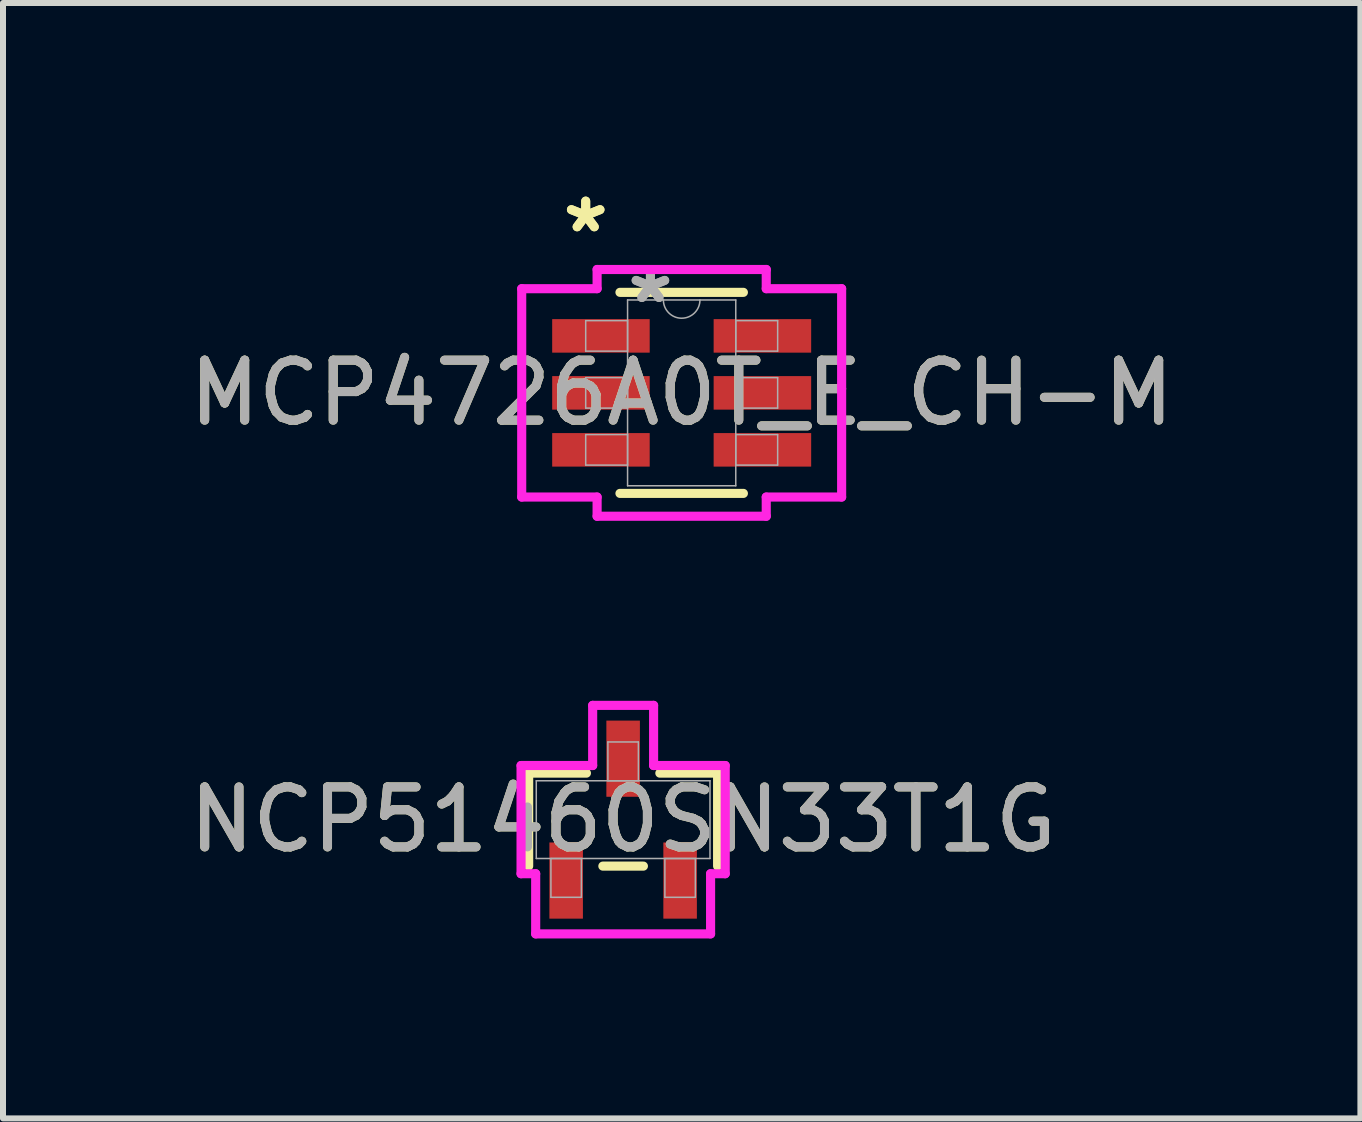
<source format=kicad_pcb>
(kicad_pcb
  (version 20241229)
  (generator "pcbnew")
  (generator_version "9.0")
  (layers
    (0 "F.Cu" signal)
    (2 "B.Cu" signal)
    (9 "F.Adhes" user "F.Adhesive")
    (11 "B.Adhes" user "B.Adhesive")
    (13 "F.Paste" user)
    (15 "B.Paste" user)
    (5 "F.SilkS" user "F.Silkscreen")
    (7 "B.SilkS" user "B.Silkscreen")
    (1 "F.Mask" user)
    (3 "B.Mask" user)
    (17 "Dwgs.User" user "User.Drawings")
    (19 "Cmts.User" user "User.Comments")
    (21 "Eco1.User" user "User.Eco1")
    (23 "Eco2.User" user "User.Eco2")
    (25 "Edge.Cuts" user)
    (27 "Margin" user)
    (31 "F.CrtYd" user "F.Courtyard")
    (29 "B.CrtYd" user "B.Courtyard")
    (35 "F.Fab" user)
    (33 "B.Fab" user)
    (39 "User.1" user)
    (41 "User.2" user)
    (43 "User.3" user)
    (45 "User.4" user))
  (footprint "MCP4726A0T_E_CH-M"
    (layer "F.Cu")
    (at 8.315 3.5)
    (property "Reference" "MCP4726A0T_E_CH-M" (at 0 0 0) (unlocked yes) (layer "F.SilkS") (effects (font (size 1 1) (thickness 0.15))))
    (attr smd)
    (fp_line (start -1.029 1.676) (end 1.029 1.676) (stroke (width 0.152) (type solid)) (layer "F.SilkS"))
    (fp_line (start 1.029 -1.676) (end -1.029 -1.676) (stroke (width 0.152) (type solid)) (layer "F.SilkS"))
    (fp_line (start -2.667 -1.737) (end -1.41 -1.737) (stroke (width 0.152) (type solid)) (layer "F.CrtYd"))
    (fp_line (start -2.667 1.737) (end -2.667 -1.737) (stroke (width 0.152) (type solid)) (layer "F.CrtYd"))
    (fp_line (start -2.667 1.737) (end -1.41 1.737) (stroke (width 0.152) (type solid)) (layer "F.CrtYd"))
    (fp_line (start -1.41 -2.057) (end 1.41 -2.057) (stroke (width 0.152) (type solid)) (layer "F.CrtYd"))
    (fp_line (start -1.41 -1.737) (end -1.41 -2.057) (stroke (width 0.152) (type solid)) (layer "F.CrtYd"))
    (fp_line (start -1.41 2.057) (end -1.41 1.737) (stroke (width 0.152) (type solid)) (layer "F.CrtYd"))
    (fp_line (start 1.41 -2.057) (end 1.41 -1.737) (stroke (width 0.152) (type solid)) (layer "F.CrtYd"))
    (fp_line (start 1.41 1.737) (end 1.41 2.057) (stroke (width 0.152) (type solid)) (layer "F.CrtYd"))
    (fp_line (start 1.41 2.057) (end -1.41 2.057) (stroke (width 0.152) (type solid)) (layer "F.CrtYd"))
    (fp_line (start 2.667 -1.737) (end 1.41 -1.737) (stroke (width 0.152) (type solid)) (layer "F.CrtYd"))
    (fp_line (start 2.667 -1.737) (end 2.667 1.737) (stroke (width 0.152) (type solid)) (layer "F.CrtYd"))
    (fp_line (start 2.667 1.737) (end 1.41 1.737) (stroke (width 0.152) (type solid)) (layer "F.CrtYd"))
    (fp_line (start -1.6 -1.204) (end -1.6 -0.696) (stroke (width 0.025) (type solid)) (layer "F.Fab"))
    (fp_line (start -1.6 -0.696) (end -0.902 -0.696) (stroke (width 0.025) (type solid)) (layer "F.Fab"))
    (fp_line (start -1.6 -0.254) (end -1.6 0.254) (stroke (width 0.025) (type solid)) (layer "F.Fab"))
    (fp_line (start -1.6 0.254) (end -0.902 0.254) (stroke (width 0.025) (type solid)) (layer "F.Fab"))
    (fp_line (start -1.6 0.696) (end -1.6 1.204) (stroke (width 0.025) (type solid)) (layer "F.Fab"))
    (fp_line (start -1.6 1.204) (end -0.902 1.204) (stroke (width 0.025) (type solid)) (layer "F.Fab"))
    (fp_line (start -0.902 -1.549) (end -0.902 1.549) (stroke (width 0.025) (type solid)) (layer "F.Fab"))
    (fp_line (start -0.902 -1.204) (end -1.6 -1.204) (stroke (width 0.025) (type solid)) (layer "F.Fab"))
    (fp_line (start -0.902 -0.696) (end -0.902 -1.204) (stroke (width 0.025) (type solid)) (layer "F.Fab"))
    (fp_line (start -0.902 -0.254) (end -1.6 -0.254) (stroke (width 0.025) (type solid)) (layer "F.Fab"))
    (fp_line (start -0.902 0.254) (end -0.902 -0.254) (stroke (width 0.025) (type solid)) (layer "F.Fab"))
    (fp_line (start -0.902 0.696) (end -1.6 0.696) (stroke (width 0.025) (type solid)) (layer "F.Fab"))
    (fp_line (start -0.902 1.204) (end -0.902 0.696) (stroke (width 0.025) (type solid)) (layer "F.Fab"))
    (fp_line (start -0.902 1.549) (end 0.902 1.549) (stroke (width 0.025) (type solid)) (layer "F.Fab"))
    (fp_line (start 0.902 -1.549) (end -0.902 -1.549) (stroke (width 0.025) (type solid)) (layer "F.Fab"))
    (fp_line (start 0.902 -1.204) (end 0.902 -0.696) (stroke (width 0.025) (type solid)) (layer "F.Fab"))
    (fp_line (start 0.902 -0.696) (end 1.6 -0.696) (stroke (width 0.025) (type solid)) (layer "F.Fab"))
    (fp_line (start 0.902 -0.254) (end 0.902 0.254) (stroke (width 0.025) (type solid)) (layer "F.Fab"))
    (fp_line (start 0.902 0.254) (end 1.6 0.254) (stroke (width 0.025) (type solid)) (layer "F.Fab"))
    (fp_line (start 0.902 0.696) (end 0.902 1.204) (stroke (width 0.025) (type solid)) (layer "F.Fab"))
    (fp_line (start 0.902 1.204) (end 1.6 1.204) (stroke (width 0.025) (type solid)) (layer "F.Fab"))
    (fp_line (start 0.902 1.549) (end 0.902 -1.549) (stroke (width 0.025) (type solid)) (layer "F.Fab"))
    (fp_line (start 1.6 -1.204) (end 0.902 -1.204) (stroke (width 0.025) (type solid)) (layer "F.Fab"))
    (fp_line (start 1.6 -0.696) (end 1.6 -1.204) (stroke (width 0.025) (type solid)) (layer "F.Fab"))
    (fp_line (start 1.6 -0.254) (end 0.902 -0.254) (stroke (width 0.025) (type solid)) (layer "F.Fab"))
    (fp_line (start 1.6 0.254) (end 1.6 -0.254) (stroke (width 0.025) (type solid)) (layer "F.Fab"))
    (fp_line (start 1.6 0.696) (end 0.902 0.696) (stroke (width 0.025) (type solid)) (layer "F.Fab"))
    (fp_line (start 1.6 1.204) (end 1.6 0.696) (stroke (width 0.025) (type solid)) (layer "F.Fab"))
    (fp_arc (start 0.3048 -1.5494) (mid 0 -1.2446) (end -0.3048 -1.5494) (stroke (width 0.0254) (type solid)) (layer "F.Fab"))
    (fp_text user "*" (at -1.6 -2.652 0) (layer "F.SilkS") (effects (font (size 1 1) (thickness 0.15))))
    (fp_text user "*" (at -1.6 -2.652 0) (unlocked yes) (layer "F.SilkS") (effects (font (size 1 1) (thickness 0.15))))
    (fp_text user "*" (at -0.521 -1.473 0) (unlocked yes) (layer "F.Fab") (effects (font (size 1 1) (thickness 0.15))))
    (fp_text user "*" (at -0.521 -1.473 0) (layer "F.Fab") (effects (font (size 1 1) (thickness 0.15))))
    (fp_text user "${REFERENCE}" (at 0 0 0) (unlocked yes) (layer "F.Fab") (effects (font (size 1 1) (thickness 0.15))))
    (pad "1" smd rect (at -1.346 -0.95) (size 1.626 0.559) (layers "F.Cu" "F.Mask" "F.Paste"))
    (pad "2" smd rect (at -1.346 0) (size 1.626 0.559) (layers "F.Cu" "F.Mask" "F.Paste"))
    (pad "3" smd rect (at -1.346 0.95) (size 1.626 0.559) (layers "F.Cu" "F.Mask" "F.Paste"))
    (pad "4" smd rect (at 1.346 0.95) (size 1.626 0.559) (layers "F.Cu" "F.Mask" "F.Paste"))
    (pad "5" smd rect (at 1.346 0) (size 1.626 0.559) (layers "F.Cu" "F.Mask" "F.Paste"))
    (pad "6" smd rect (at 1.346 -0.95) (size 1.626 0.559) (layers "F.Cu" "F.Mask" "F.Paste")))
  (footprint "NCP51460SN33T1G"
    (layer "F.Cu")
    (at 7.339 10.615)
    (property "Reference" "NCP51460SN33T1G" (at 0 0 0) (unlocked yes) (layer "F.SilkS") (effects (font (size 1 1) (thickness 0.15))))
    (attr smd)
    (fp_line (start -1.575 -0.775) (end -1.575 0.775) (stroke (width 0.152) (type solid)) (layer "F.SilkS"))
    (fp_line (start -0.612 -0.775) (end -1.575 -0.775) (stroke (width 0.152) (type solid)) (layer "F.SilkS"))
    (fp_line (start -0.338 0.775) (end 0.338 0.775) (stroke (width 0.152) (type solid)) (layer "F.SilkS"))
    (fp_line (start 1.575 -0.775) (end 0.612 -0.775) (stroke (width 0.152) (type solid)) (layer "F.SilkS"))
    (fp_line (start 1.575 0.775) (end 1.575 -0.775) (stroke (width 0.152) (type solid)) (layer "F.SilkS"))
    (fp_line (start -1.702 -0.902) (end -0.508 -0.902) (stroke (width 0.152) (type solid)) (layer "F.CrtYd"))
    (fp_line (start -1.702 0.902) (end -1.702 -0.902) (stroke (width 0.152) (type solid)) (layer "F.CrtYd"))
    (fp_line (start -1.702 0.902) (end -1.458 0.902) (stroke (width 0.152) (type solid)) (layer "F.CrtYd"))
    (fp_line (start -1.458 0.902) (end -1.458 1.905) (stroke (width 0.152) (type solid)) (layer "F.CrtYd"))
    (fp_line (start -1.458 1.905) (end 1.458 1.905) (stroke (width 0.152) (type solid)) (layer "F.CrtYd"))
    (fp_line (start -0.508 -1.905) (end 0.508 -1.905) (stroke (width 0.152) (type solid)) (layer "F.CrtYd"))
    (fp_line (start -0.508 -0.902) (end -0.508 -1.905) (stroke (width 0.152) (type solid)) (layer "F.CrtYd"))
    (fp_line (start 0.508 -0.902) (end 0.508 -1.905) (stroke (width 0.152) (type solid)) (layer "F.CrtYd"))
    (fp_line (start 1.458 0.902) (end 1.458 1.905) (stroke (width 0.152) (type solid)) (layer "F.CrtYd"))
    (fp_line (start 1.702 -0.902) (end 0.508 -0.902) (stroke (width 0.152) (type solid)) (layer "F.CrtYd"))
    (fp_line (start 1.702 -0.902) (end 1.702 0.902) (stroke (width 0.152) (type solid)) (layer "F.CrtYd"))
    (fp_line (start 1.702 0.902) (end 1.458 0.902) (stroke (width 0.152) (type solid)) (layer "F.CrtYd"))
    (fp_line (start -1.448 -0.648) (end -1.448 0.648) (stroke (width 0.025) (type solid)) (layer "F.Fab"))
    (fp_line (start -1.448 0.648) (end 1.448 0.648) (stroke (width 0.025) (type solid)) (layer "F.Fab"))
    (fp_line (start -1.204 0.648) (end -1.204 1.295) (stroke (width 0.025) (type solid)) (layer "F.Fab"))
    (fp_line (start -1.204 1.295) (end -0.696 1.295) (stroke (width 0.025) (type solid)) (layer "F.Fab"))
    (fp_line (start -0.696 0.648) (end -1.204 0.648) (stroke (width 0.025) (type solid)) (layer "F.Fab"))
    (fp_line (start -0.696 1.295) (end -0.696 0.648) (stroke (width 0.025) (type solid)) (layer "F.Fab"))
    (fp_line (start -0.254 -1.295) (end -0.254 -0.648) (stroke (width 0.025) (type solid)) (layer "F.Fab"))
    (fp_line (start -0.254 -0.648) (end 0.254 -0.648) (stroke (width 0.025) (type solid)) (layer "F.Fab"))
    (fp_line (start 0.254 -1.295) (end -0.254 -1.295) (stroke (width 0.025) (type solid)) (layer "F.Fab"))
    (fp_line (start 0.254 -0.648) (end 0.254 -1.295) (stroke (width 0.025) (type solid)) (layer "F.Fab"))
    (fp_line (start 0.696 0.648) (end 0.696 1.295) (stroke (width 0.025) (type solid)) (layer "F.Fab"))
    (fp_line (start 0.696 1.295) (end 1.204 1.295) (stroke (width 0.025) (type solid)) (layer "F.Fab"))
    (fp_line (start 1.204 0.648) (end 0.696 0.648) (stroke (width 0.025) (type solid)) (layer "F.Fab"))
    (fp_line (start 1.204 1.295) (end 1.204 0.648) (stroke (width 0.025) (type solid)) (layer "F.Fab"))
    (fp_line (start 1.448 -0.648) (end -1.448 -0.648) (stroke (width 0.025) (type solid)) (layer "F.Fab"))
    (fp_line (start 1.448 0.648) (end 1.448 -0.648) (stroke (width 0.025) (type solid)) (layer "F.Fab"))
    (fp_circle (center -0.95 0.394) (end -0.95 0.394) (stroke (width 0.025) (type solid)) (fill no) (layer "F.Fab"))
    (fp_text user "${REFERENCE}" (at 0 0 0) (unlocked yes) (layer "F.Fab") (effects (font (size 1 1) (thickness 0.15))))
    (pad "1" smd rect (at -0.95 1.016) (size 0.559 1.27) (layers "F.Cu" "F.Mask" "F.Paste"))
    (pad "2" smd rect (at 0.95 1.016) (size 0.559 1.27) (layers "F.Cu" "F.Mask" "F.Paste"))
    (pad "3" smd rect (at 0 -1.016) (size 0.559 1.27) (layers "F.Cu" "F.Mask" "F.Paste")))
  (gr_rect
    (start -3 -3)
    (end 19.631 15.596)
    (stroke (width 0.1) (type default))
    (fill no)
    (layer "Edge.Cuts")))
</source>
